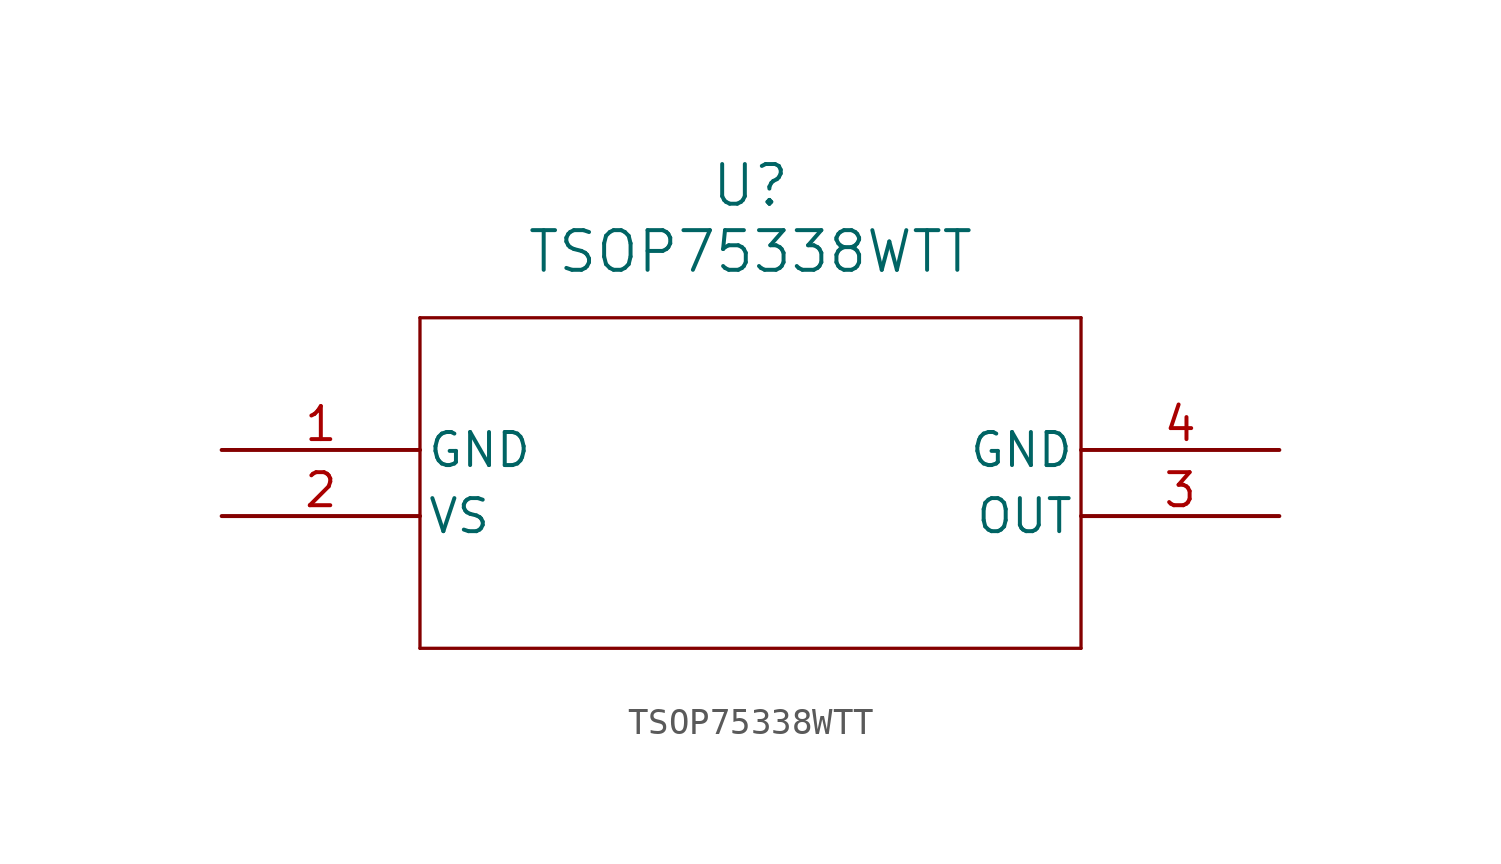
<source format=kicad_sym>
(kicad_symbol_lib
  (version 20211014)
  (generator kicad_symbol_editor)
  (symbol "TSOP75338WTT"
    (pin_names
      (offset 0.254))
    (property "Reference" "U"
      (at 20.32 10.16 0)
      (effects (font (size 1.524 1.524))))
    (property "Value" "TSOP75338WTT"
      (at 20.32 7.62 0)
      (effects (font (size 1.524 1.524))))
    (symbol "TSOP75338WTT_0_1"
      (polyline (pts (xy 7.62 5.08) (xy 7.62 -7.62)) (stroke (width 0.127) (type default) (color 0 0 0 0)) (fill (type none)))
      (polyline (pts (xy 7.62 -7.62) (xy 33.02 -7.62)) (stroke (width 0.127) (type default) (color 0 0 0 0)) (fill (type none)))
      (polyline (pts (xy 33.02 -7.62) (xy 33.02 5.08)) (stroke (width 0.127) (type default) (color 0 0 0 0)) (fill (type none)))
      (polyline (pts (xy 33.02 5.08) (xy 7.62 5.08)) (stroke (width 0.127) (type default) (color 0 0 0 0)) (fill (type none)))
      (pin power_out line (at 0 0 0) (length 7.62) (name "GND" (effects (font (size 1.27 1.27)))) (number "1" (effects (font (size 1.27 1.27)))))
      (pin power_in line (at 0 -2.54 0) (length 7.62) (name "VS" (effects (font (size 1.27 1.27)))) (number "2" (effects (font (size 1.27 1.27)))))
      (pin output line (at 40.64 -2.54 180) (length 7.62) (name "OUT" (effects (font (size 1.27 1.27)))) (number "3" (effects (font (size 1.27 1.27)))))
      (pin power_out line (at 40.64 0 180) (length 7.62) (name "GND" (effects (font (size 1.27 1.27)))) (number "4" (effects (font (size 1.27 1.27))))))))
</source>
